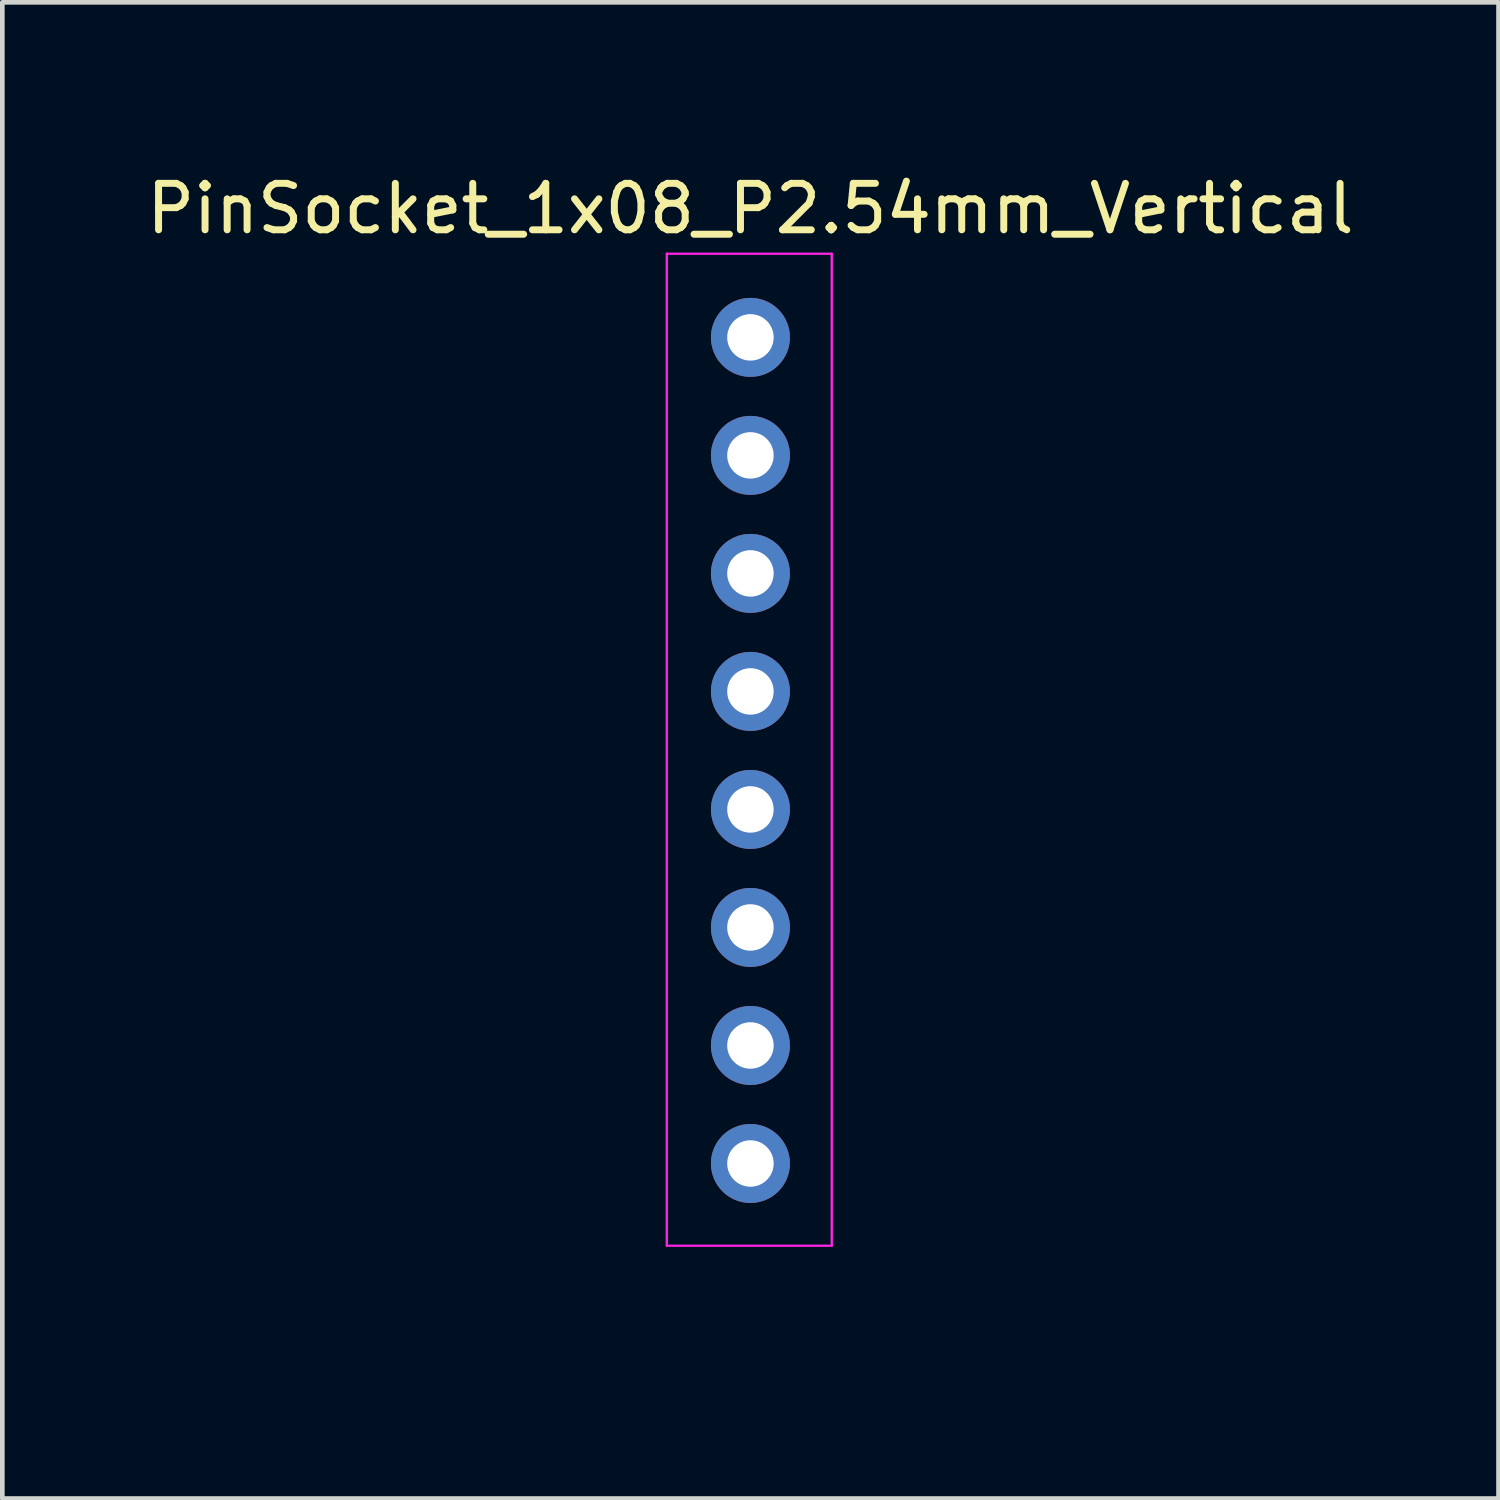
<source format=kicad_pcb>
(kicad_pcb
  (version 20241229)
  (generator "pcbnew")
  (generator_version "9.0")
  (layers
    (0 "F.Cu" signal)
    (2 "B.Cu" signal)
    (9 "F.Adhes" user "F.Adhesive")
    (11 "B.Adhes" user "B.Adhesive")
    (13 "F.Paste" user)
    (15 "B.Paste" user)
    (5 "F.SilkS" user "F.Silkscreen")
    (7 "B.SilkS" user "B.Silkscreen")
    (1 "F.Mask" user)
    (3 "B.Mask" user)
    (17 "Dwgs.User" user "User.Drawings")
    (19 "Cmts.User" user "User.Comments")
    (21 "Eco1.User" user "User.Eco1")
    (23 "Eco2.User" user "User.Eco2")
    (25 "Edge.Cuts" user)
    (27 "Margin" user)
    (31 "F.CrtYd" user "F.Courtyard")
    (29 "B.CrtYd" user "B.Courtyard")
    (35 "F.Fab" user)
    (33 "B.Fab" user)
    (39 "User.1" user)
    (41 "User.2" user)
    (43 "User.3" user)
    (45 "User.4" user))
  (footprint "PinSocket_1x08_P2.54mm_Vertical"
    (layer "F.Cu")
    (at 13.101 4.211)
    (property "Reference" "PinSocket_1x08_P2.54mm_Vertical" (at 0 -2.77 0) (layer "F.SilkS") (effects (font (size 1 1) (thickness 0.15))))
    (attr through_hole)
    (fp_line (start -1.8 -1.8) (end 1.75 -1.8) (stroke (width 0.05) (type solid)) (layer "F.CrtYd"))
    (fp_line (start -1.8 19.55) (end -1.8 -1.8) (stroke (width 0.05) (type solid)) (layer "F.CrtYd"))
    (fp_line (start 1.75 -1.8) (end 1.75 19.55) (stroke (width 0.05) (type solid)) (layer "F.CrtYd"))
    (fp_line (start 1.75 19.55) (end -1.8 19.55) (stroke (width 0.05) (type solid)) (layer "F.CrtYd"))
    (fp_line (start -1.27 -1.27) (end 0.635 -1.27) (stroke (width 0.1) (type solid)) (layer "User.1"))
    (fp_line (start -1.27 19.05) (end -1.27 -1.27) (stroke (width 0.1) (type solid)) (layer "User.1"))
    (fp_line (start 0.635 -1.27) (end 1.27 -0.635) (stroke (width 0.1) (type solid)) (layer "User.1"))
    (fp_line (start 1.27 -0.635) (end 1.27 19.05) (stroke (width 0.1) (type solid)) (layer "User.1"))
    (fp_line (start 1.27 19.05) (end -1.27 19.05) (stroke (width 0.1) (type solid)) (layer "User.1"))
    (fp_line (start -1.33 1.27) (end -1.33 19.11) (stroke (width 0.12) (type solid)) (layer "User.2"))
    (fp_line (start -1.33 1.27) (end 1.33 1.27) (stroke (width 0.12) (type solid)) (layer "User.2"))
    (fp_line (start -1.33 19.11) (end 1.33 19.11) (stroke (width 0.12) (type solid)) (layer "User.2"))
    (fp_line (start 0 -1.33) (end 1.33 -1.33) (stroke (width 0.12) (type solid)) (layer "User.2"))
    (fp_line (start 1.33 -1.33) (end 1.33 0) (stroke (width 0.12) (type solid)) (layer "User.2"))
    (fp_line (start 1.33 1.27) (end 1.33 19.11) (stroke (width 0.12) (type solid)) (layer "User.2"))
    (fp_text user "${REFERENCE}" (at 0 8.89 90) (layer "User.1") (effects (font (size 1 1) (thickness 0.15))))
    (pad "1" thru_hole circle (at 0 0) (size 1.7 1.7) (drill 1) (layers "*.Cu" "*.Mask"))
    (pad "2" thru_hole oval (at 0 2.54) (size 1.7 1.7) (drill 1) (layers "*.Cu" "*.Mask"))
    (pad "3" thru_hole oval (at 0 5.08) (size 1.7 1.7) (drill 1) (layers "*.Cu" "*.Mask"))
    (pad "4" thru_hole oval (at 0 7.62) (size 1.7 1.7) (drill 1) (layers "*.Cu" "*.Mask"))
    (pad "5" thru_hole oval (at 0 10.16) (size 1.7 1.7) (drill 1) (layers "*.Cu" "*.Mask"))
    (pad "6" thru_hole oval (at 0 12.7) (size 1.7 1.7) (drill 1) (layers "*.Cu" "*.Mask"))
    (pad "7" thru_hole oval (at 0 15.24) (size 1.7 1.7) (drill 1) (layers "*.Cu" "*.Mask"))
    (pad "8" thru_hole oval (at 0 17.78) (size 1.7 1.7) (drill 1) (layers "*.Cu" "*.Mask")))
  (gr_rect
    (start -3 -3)
    (end 29.202 29.202)
    (stroke (width 0.1) (type default))
    (fill no)
    (layer "Edge.Cuts")))
</source>
